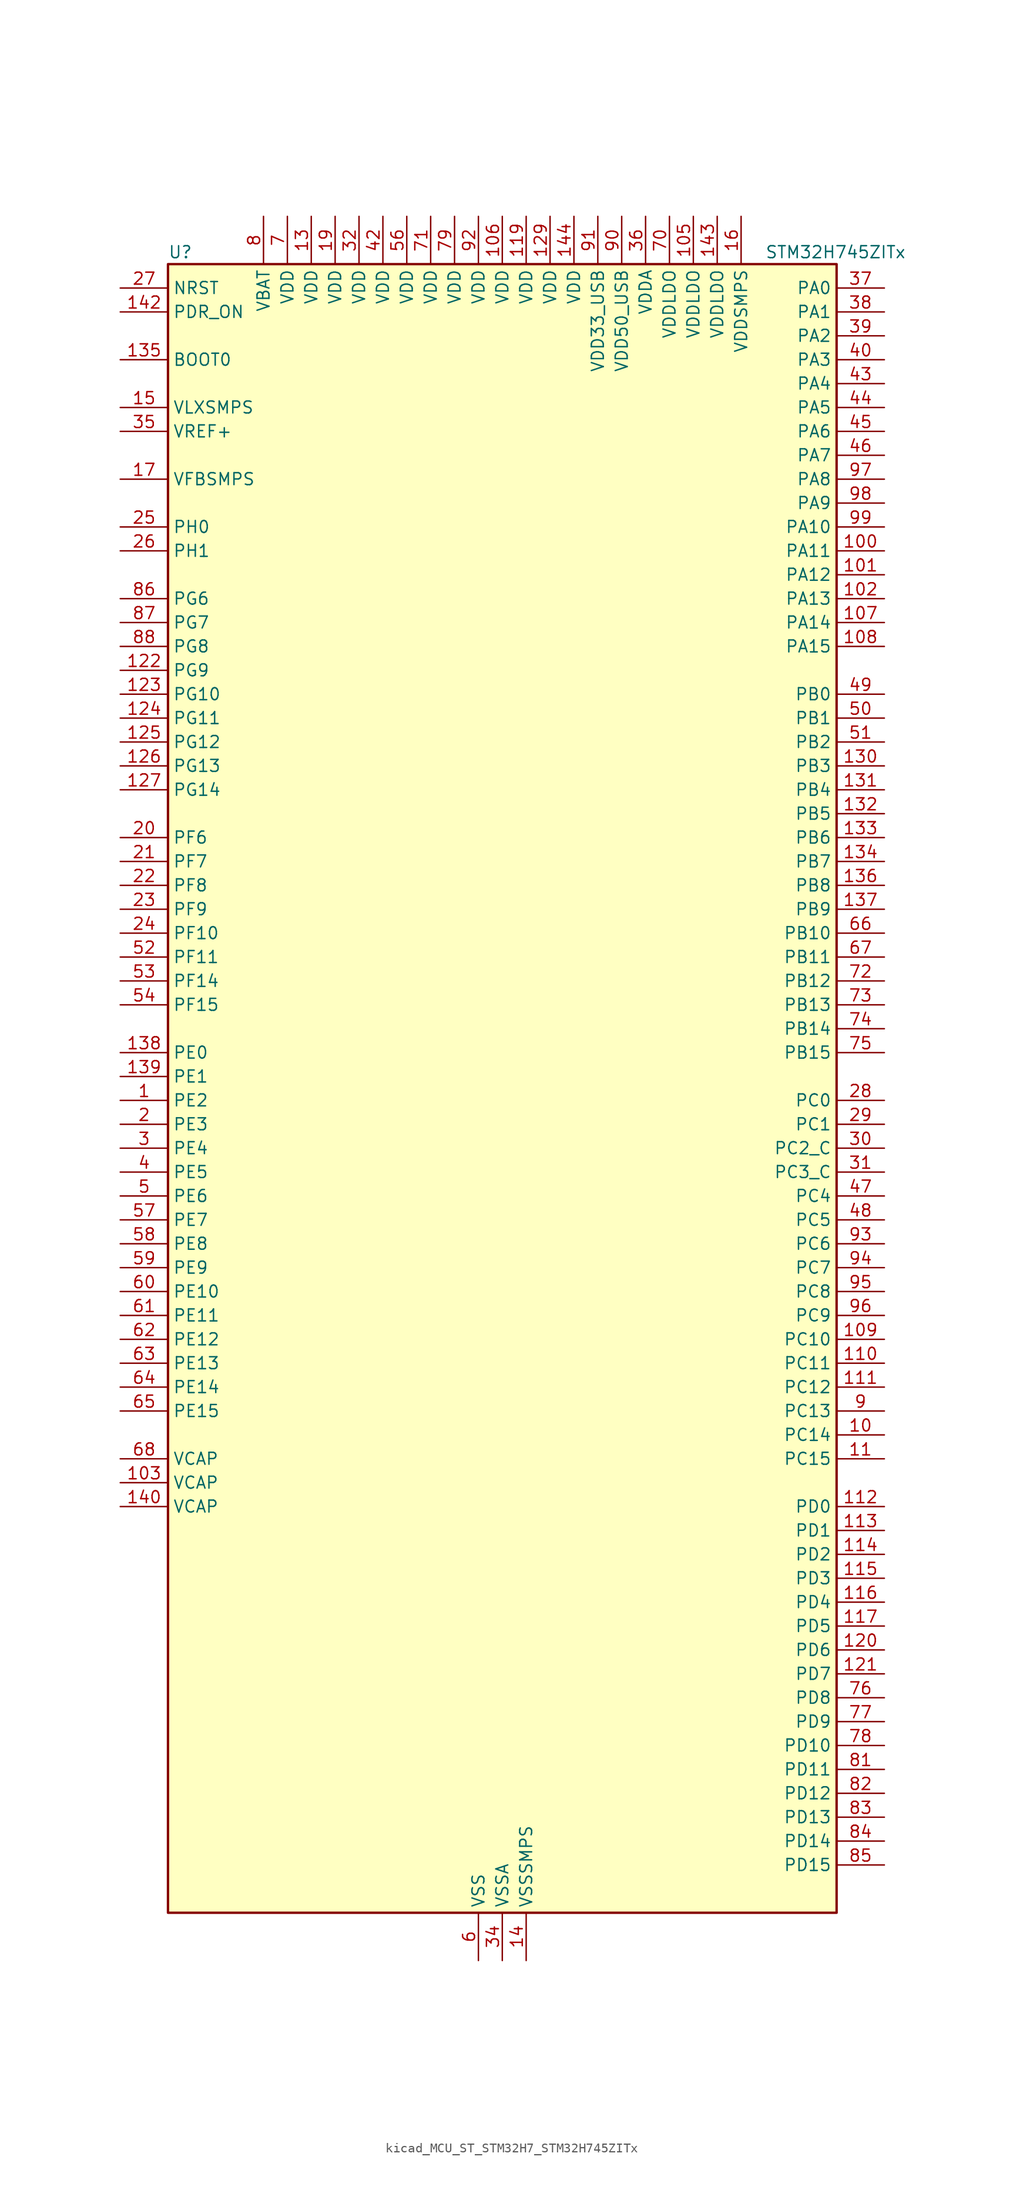
<source format=kicad_sym>
(kicad_symbol_lib
  (version 20220914)
  (generator kicad_symbol_editor)
  (symbol "kicad_MCU_ST_STM32H7_STM32H745ZITx"
    (property "Reference" "U"
      (at -35.56 90.17 0)
      (effects (font (size 1.27 1.27)) (justify left)))
    (property "Value" "STM32H745ZITx"
      (at 27.94 90.17 0)
      (effects (font (size 1.27 1.27)) (justify left)))
    (property "ki_locked" ""
      (at 0 0 0)
      (effects (font (size 1.27 1.27))))
    (symbol "kicad_MCU_ST_STM32H7_STM32H745ZITx_0_1"
      (rectangle (start -35.56 -86.36) (end 35.56 88.9) (stroke (width 0.254) (type default)) (fill (type background))))
    (symbol "kicad_MCU_ST_STM32H7_STM32H745ZITx_1_1"
      (pin bidirectional line (at -40.64 0 0) (length 5.08) (name "PE2" (effects (font (size 1.27 1.27)))) (number "1" (effects (font (size 1.27 1.27)))) (alternate "DEBUG_TRACECLK" bidirectional line) (alternate "ETH_TXD3" bidirectional line) (alternate "FMC_A23" bidirectional line) (alternate "QUADSPI_BK1_IO2" bidirectional line) (alternate "SAI1_CK1" bidirectional line) (alternate "SAI1_MCLK_A" bidirectional line) (alternate "SAI4_CK1" bidirectional line) (alternate "SAI4_MCLK_A" bidirectional line) (alternate "SPI4_SCK" bidirectional line))
      (pin bidirectional line (at 40.64 -35.56 180) (length 5.08) (name "PC14" (effects (font (size 1.27 1.27)))) (number "10" (effects (font (size 1.27 1.27)))) (alternate "RCC_OSC32_IN" bidirectional line))
      (pin bidirectional line (at 40.64 58.42 180) (length 5.08) (name "PA11" (effects (font (size 1.27 1.27)))) (number "100" (effects (font (size 1.27 1.27)))) (alternate "ADC1_EXTI11" bidirectional line) (alternate "ADC2_EXTI11" bidirectional line) (alternate "ADC3_EXTI11" bidirectional line) (alternate "FDCAN1_RX" bidirectional line) (alternate "HRTIM_CHD1" bidirectional line) (alternate "I2S2_WS" bidirectional line) (alternate "LPUART1_CTS" bidirectional line) (alternate "LTDC_R4" bidirectional line) (alternate "SPI2_NSS" bidirectional line) (alternate "TIM1_CH4" bidirectional line) (alternate "UART4_RX" bidirectional line) (alternate "USART1_CTS" bidirectional line) (alternate "USART1_NSS" bidirectional line) (alternate "USB_OTG_FS_DM" bidirectional line))
      (pin bidirectional line (at 40.64 55.88 180) (length 5.08) (name "PA12" (effects (font (size 1.27 1.27)))) (number "101" (effects (font (size 1.27 1.27)))) (alternate "FDCAN1_TX" bidirectional line) (alternate "HRTIM_CHD2" bidirectional line) (alternate "I2S2_CK" bidirectional line) (alternate "LPUART1_DE" bidirectional line) (alternate "LPUART1_RTS" bidirectional line) (alternate "LTDC_R5" bidirectional line) (alternate "SAI2_FS_B" bidirectional line) (alternate "SPI2_SCK" bidirectional line) (alternate "TIM1_ETR" bidirectional line) (alternate "UART4_TX" bidirectional line) (alternate "USART1_DE" bidirectional line) (alternate "USART1_RTS" bidirectional line) (alternate "USB_OTG_FS_DP" bidirectional line))
      (pin bidirectional line (at 40.64 53.34 180) (length 5.08) (name "PA13" (effects (font (size 1.27 1.27)))) (number "102" (effects (font (size 1.27 1.27)))) (alternate "DEBUG_JTMS-SWDIO" bidirectional line))
      (pin power_out line (at -40.64 -40.64 0) (length 5.08) (name "VCAP" (effects (font (size 1.27 1.27)))) (number "103" (effects (font (size 1.27 1.27)))))
      (pin passive line (at -2.54 -91.44 90) (length 5.08) hide (name "VSS" (effects (font (size 1.27 1.27)))) (number "104" (effects (font (size 1.27 1.27)))))
      (pin power_in line (at 20.32 93.98 270) (length 5.08) (name "VDDLDO" (effects (font (size 1.27 1.27)))) (number "105" (effects (font (size 1.27 1.27)))))
      (pin power_in line (at 0 93.98 270) (length 5.08) (name "VDD" (effects (font (size 1.27 1.27)))) (number "106" (effects (font (size 1.27 1.27)))))
      (pin bidirectional line (at 40.64 50.8 180) (length 5.08) (name "PA14" (effects (font (size 1.27 1.27)))) (number "107" (effects (font (size 1.27 1.27)))) (alternate "DEBUG_JTCK-SWCLK" bidirectional line))
      (pin bidirectional line (at 40.64 48.26 180) (length 5.08) (name "PA15" (effects (font (size 1.27 1.27)))) (number "108" (effects (font (size 1.27 1.27)))) (alternate "ADC1_EXTI15" bidirectional line) (alternate "ADC2_EXTI15" bidirectional line) (alternate "ADC3_EXTI15" bidirectional line) (alternate "CEC" bidirectional line) (alternate "DEBUG_JTDI" bidirectional line) (alternate "HRTIM_FLT1" bidirectional line) (alternate "I2S1_WS" bidirectional line) (alternate "I2S3_WS" bidirectional line) (alternate "SPI1_NSS" bidirectional line) (alternate "SPI3_NSS" bidirectional line) (alternate "SPI6_NSS" bidirectional line) (alternate "TIM2_CH1" bidirectional line) (alternate "TIM2_ETR" bidirectional line) (alternate "UART4_DE" bidirectional line) (alternate "UART4_RTS" bidirectional line) (alternate "UART7_TX" bidirectional line))
      (pin bidirectional line (at 40.64 -25.4 180) (length 5.08) (name "PC10" (effects (font (size 1.27 1.27)))) (number "109" (effects (font (size 1.27 1.27)))) (alternate "DCMI_D8" bidirectional line) (alternate "DFSDM1_CKIN5" bidirectional line) (alternate "HRTIM_EEV1" bidirectional line) (alternate "I2S3_CK" bidirectional line) (alternate "LTDC_R2" bidirectional line) (alternate "QUADSPI_BK1_IO1" bidirectional line) (alternate "SDMMC1_D2" bidirectional line) (alternate "SPI3_SCK" bidirectional line) (alternate "UART4_TX" bidirectional line) (alternate "USART3_TX" bidirectional line))
      (pin bidirectional line (at 40.64 -38.1 180) (length 5.08) (name "PC15" (effects (font (size 1.27 1.27)))) (number "11" (effects (font (size 1.27 1.27)))) (alternate "ADC1_EXTI15" bidirectional line) (alternate "ADC2_EXTI15" bidirectional line) (alternate "ADC3_EXTI15" bidirectional line) (alternate "RCC_OSC32_OUT" bidirectional line))
      (pin bidirectional line (at 40.64 -27.94 180) (length 5.08) (name "PC11" (effects (font (size 1.27 1.27)))) (number "110" (effects (font (size 1.27 1.27)))) (alternate "ADC1_EXTI11" bidirectional line) (alternate "ADC2_EXTI11" bidirectional line) (alternate "ADC3_EXTI11" bidirectional line) (alternate "DCMI_D4" bidirectional line) (alternate "DFSDM1_DATIN5" bidirectional line) (alternate "HRTIM_FLT2" bidirectional line) (alternate "I2S3_SDI" bidirectional line) (alternate "QUADSPI_BK2_NCS" bidirectional line) (alternate "SDMMC1_D3" bidirectional line) (alternate "SPI3_MISO" bidirectional line) (alternate "UART4_RX" bidirectional line) (alternate "USART3_RX" bidirectional line))
      (pin bidirectional line (at 40.64 -30.48 180) (length 5.08) (name "PC12" (effects (font (size 1.27 1.27)))) (number "111" (effects (font (size 1.27 1.27)))) (alternate "DCMI_D9" bidirectional line) (alternate "DEBUG_TRACED3" bidirectional line) (alternate "HRTIM_EEV2" bidirectional line) (alternate "I2S3_SDO" bidirectional line) (alternate "SDMMC1_CK" bidirectional line) (alternate "SPI3_MOSI" bidirectional line) (alternate "UART5_TX" bidirectional line) (alternate "USART3_CK" bidirectional line))
      (pin bidirectional line (at 40.64 -43.18 180) (length 5.08) (name "PD0" (effects (font (size 1.27 1.27)))) (number "112" (effects (font (size 1.27 1.27)))) (alternate "DFSDM1_CKIN6" bidirectional line) (alternate "FDCAN1_RX" bidirectional line) (alternate "FMC_D2" bidirectional line) (alternate "FMC_DA2" bidirectional line) (alternate "SAI3_SCK_A" bidirectional line) (alternate "UART4_RX" bidirectional line))
      (pin bidirectional line (at 40.64 -45.72 180) (length 5.08) (name "PD1" (effects (font (size 1.27 1.27)))) (number "113" (effects (font (size 1.27 1.27)))) (alternate "DFSDM1_DATIN6" bidirectional line) (alternate "FDCAN1_TX" bidirectional line) (alternate "FMC_D3" bidirectional line) (alternate "FMC_DA3" bidirectional line) (alternate "SAI3_SD_A" bidirectional line) (alternate "UART4_TX" bidirectional line))
      (pin bidirectional line (at 40.64 -48.26 180) (length 5.08) (name "PD2" (effects (font (size 1.27 1.27)))) (number "114" (effects (font (size 1.27 1.27)))) (alternate "DCMI_D11" bidirectional line) (alternate "DEBUG_TRACED2" bidirectional line) (alternate "SDMMC1_CMD" bidirectional line) (alternate "TIM3_ETR" bidirectional line) (alternate "UART5_RX" bidirectional line))
      (pin bidirectional line (at 40.64 -50.8 180) (length 5.08) (name "PD3" (effects (font (size 1.27 1.27)))) (number "115" (effects (font (size 1.27 1.27)))) (alternate "DCMI_D5" bidirectional line) (alternate "DFSDM1_CKOUT" bidirectional line) (alternate "FMC_CLK" bidirectional line) (alternate "I2S2_CK" bidirectional line) (alternate "LTDC_G7" bidirectional line) (alternate "SPI2_SCK" bidirectional line) (alternate "USART2_CTS" bidirectional line) (alternate "USART2_NSS" bidirectional line))
      (pin bidirectional line (at 40.64 -53.34 180) (length 5.08) (name "PD4" (effects (font (size 1.27 1.27)))) (number "116" (effects (font (size 1.27 1.27)))) (alternate "FMC_NOE" bidirectional line) (alternate "HRTIM_FLT3" bidirectional line) (alternate "SAI3_FS_A" bidirectional line) (alternate "USART2_DE" bidirectional line) (alternate "USART2_RTS" bidirectional line))
      (pin bidirectional line (at 40.64 -55.88 180) (length 5.08) (name "PD5" (effects (font (size 1.27 1.27)))) (number "117" (effects (font (size 1.27 1.27)))) (alternate "FMC_NWE" bidirectional line) (alternate "HRTIM_EEV3" bidirectional line) (alternate "USART2_TX" bidirectional line))
      (pin passive line (at -2.54 -91.44 90) (length 5.08) hide (name "VSS" (effects (font (size 1.27 1.27)))) (number "118" (effects (font (size 1.27 1.27)))))
      (pin power_in line (at 2.54 93.98 270) (length 5.08) (name "VDD" (effects (font (size 1.27 1.27)))) (number "119" (effects (font (size 1.27 1.27)))))
      (pin passive line (at -2.54 -91.44 90) (length 5.08) hide (name "VSS" (effects (font (size 1.27 1.27)))) (number "12" (effects (font (size 1.27 1.27)))))
      (pin bidirectional line (at 40.64 -58.42 180) (length 5.08) (name "PD6" (effects (font (size 1.27 1.27)))) (number "120" (effects (font (size 1.27 1.27)))) (alternate "DCMI_D10" bidirectional line) (alternate "DFSDM1_CKIN4" bidirectional line) (alternate "DFSDM1_DATIN1" bidirectional line) (alternate "FMC_NWAIT" bidirectional line) (alternate "I2S3_SDO" bidirectional line) (alternate "LTDC_B2" bidirectional line) (alternate "SAI1_D1" bidirectional line) (alternate "SAI1_SD_A" bidirectional line) (alternate "SAI4_D1" bidirectional line) (alternate "SAI4_SD_A" bidirectional line) (alternate "SDMMC2_CK" bidirectional line) (alternate "SPI3_MOSI" bidirectional line) (alternate "USART2_RX" bidirectional line))
      (pin bidirectional line (at 40.64 -60.96 180) (length 5.08) (name "PD7" (effects (font (size 1.27 1.27)))) (number "121" (effects (font (size 1.27 1.27)))) (alternate "DFSDM1_CKIN1" bidirectional line) (alternate "DFSDM1_DATIN4" bidirectional line) (alternate "FMC_NE1" bidirectional line) (alternate "I2S1_SDO" bidirectional line) (alternate "SDMMC2_CMD" bidirectional line) (alternate "SPDIFRX1_IN0" bidirectional line) (alternate "SPI1_MOSI" bidirectional line) (alternate "USART2_CK" bidirectional line))
      (pin bidirectional line (at -40.64 45.72 0) (length 5.08) (name "PG9" (effects (font (size 1.27 1.27)))) (number "122" (effects (font (size 1.27 1.27)))) (alternate "DAC1_EXTI9" bidirectional line) (alternate "DCMI_VSYNC" bidirectional line) (alternate "FMC_NCE" bidirectional line) (alternate "FMC_NE2" bidirectional line) (alternate "I2S1_SDI" bidirectional line) (alternate "QUADSPI_BK2_IO2" bidirectional line) (alternate "SAI2_FS_B" bidirectional line) (alternate "SPDIFRX1_IN3" bidirectional line) (alternate "SPI1_MISO" bidirectional line) (alternate "USART6_RX" bidirectional line))
      (pin bidirectional line (at -40.64 43.18 0) (length 5.08) (name "PG10" (effects (font (size 1.27 1.27)))) (number "123" (effects (font (size 1.27 1.27)))) (alternate "DCMI_D2" bidirectional line) (alternate "FMC_NE3" bidirectional line) (alternate "HRTIM_FLT5" bidirectional line) (alternate "I2S1_WS" bidirectional line) (alternate "LTDC_B2" bidirectional line) (alternate "LTDC_G3" bidirectional line) (alternate "SAI2_SD_B" bidirectional line) (alternate "SPI1_NSS" bidirectional line))
      (pin bidirectional line (at -40.64 40.64 0) (length 5.08) (name "PG11" (effects (font (size 1.27 1.27)))) (number "124" (effects (font (size 1.27 1.27)))) (alternate "ADC1_EXTI11" bidirectional line) (alternate "ADC2_EXTI11" bidirectional line) (alternate "ADC3_EXTI11" bidirectional line) (alternate "DCMI_D3" bidirectional line) (alternate "ETH_TX_EN" bidirectional line) (alternate "HRTIM_EEV4" bidirectional line) (alternate "I2S1_CK" bidirectional line) (alternate "LPTIM1_IN2" bidirectional line) (alternate "LTDC_B3" bidirectional line) (alternate "SDMMC2_D2" bidirectional line) (alternate "SPDIFRX1_IN0" bidirectional line) (alternate "SPI1_SCK" bidirectional line))
      (pin bidirectional line (at -40.64 38.1 0) (length 5.08) (name "PG12" (effects (font (size 1.27 1.27)))) (number "125" (effects (font (size 1.27 1.27)))) (alternate "ETH_TXD1" bidirectional line) (alternate "FMC_NE4" bidirectional line) (alternate "HRTIM_EEV5" bidirectional line) (alternate "LPTIM1_IN1" bidirectional line) (alternate "LTDC_B1" bidirectional line) (alternate "LTDC_B4" bidirectional line) (alternate "SPDIFRX1_IN1" bidirectional line) (alternate "SPI6_MISO" bidirectional line) (alternate "USART6_DE" bidirectional line) (alternate "USART6_RTS" bidirectional line))
      (pin bidirectional line (at -40.64 35.56 0) (length 5.08) (name "PG13" (effects (font (size 1.27 1.27)))) (number "126" (effects (font (size 1.27 1.27)))) (alternate "DEBUG_TRACED0" bidirectional line) (alternate "ETH_TXD0" bidirectional line) (alternate "FMC_A24" bidirectional line) (alternate "HRTIM_EEV10" bidirectional line) (alternate "LPTIM1_OUT" bidirectional line) (alternate "LTDC_R0" bidirectional line) (alternate "SPI6_SCK" bidirectional line) (alternate "USART6_CTS" bidirectional line) (alternate "USART6_NSS" bidirectional line))
      (pin bidirectional line (at -40.64 33.02 0) (length 5.08) (name "PG14" (effects (font (size 1.27 1.27)))) (number "127" (effects (font (size 1.27 1.27)))) (alternate "DEBUG_TRACED1" bidirectional line) (alternate "ETH_TXD1" bidirectional line) (alternate "FMC_A25" bidirectional line) (alternate "LPTIM1_ETR" bidirectional line) (alternate "LTDC_B0" bidirectional line) (alternate "QUADSPI_BK2_IO3" bidirectional line) (alternate "SPI6_MOSI" bidirectional line) (alternate "USART6_TX" bidirectional line))
      (pin passive line (at -2.54 -91.44 90) (length 5.08) hide (name "VSS" (effects (font (size 1.27 1.27)))) (number "128" (effects (font (size 1.27 1.27)))))
      (pin power_in line (at 5.08 93.98 270) (length 5.08) (name "VDD" (effects (font (size 1.27 1.27)))) (number "129" (effects (font (size 1.27 1.27)))))
      (pin power_in line (at -20.32 93.98 270) (length 5.08) (name "VDD" (effects (font (size 1.27 1.27)))) (number "13" (effects (font (size 1.27 1.27)))))
      (pin bidirectional line (at 40.64 35.56 180) (length 5.08) (name "PB3" (effects (font (size 1.27 1.27)))) (number "130" (effects (font (size 1.27 1.27)))) (alternate "CRS_SYNC" bidirectional line) (alternate "DEBUG_JTDO-SWO" bidirectional line) (alternate "HRTIM_FLT4" bidirectional line) (alternate "I2S1_CK" bidirectional line) (alternate "I2S3_CK" bidirectional line) (alternate "SDMMC2_D2" bidirectional line) (alternate "SPI1_SCK" bidirectional line) (alternate "SPI3_SCK" bidirectional line) (alternate "SPI6_SCK" bidirectional line) (alternate "TIM2_CH2" bidirectional line) (alternate "UART7_RX" bidirectional line))
      (pin bidirectional line (at 40.64 33.02 180) (length 5.08) (name "PB4" (effects (font (size 1.27 1.27)))) (number "131" (effects (font (size 1.27 1.27)))) (alternate "DEBUG_JTRST" bidirectional line) (alternate "HRTIM_EEV6" bidirectional line) (alternate "I2S1_SDI" bidirectional line) (alternate "I2S2_WS" bidirectional line) (alternate "I2S3_SDI" bidirectional line) (alternate "SDMMC2_D3" bidirectional line) (alternate "SPI1_MISO" bidirectional line) (alternate "SPI2_NSS" bidirectional line) (alternate "SPI3_MISO" bidirectional line) (alternate "SPI6_MISO" bidirectional line) (alternate "TIM16_BKIN" bidirectional line) (alternate "TIM3_CH1" bidirectional line) (alternate "UART7_TX" bidirectional line))
      (pin bidirectional line (at 40.64 30.48 180) (length 5.08) (name "PB5" (effects (font (size 1.27 1.27)))) (number "132" (effects (font (size 1.27 1.27)))) (alternate "DCMI_D10" bidirectional line) (alternate "ETH_PPS_OUT" bidirectional line) (alternate "FDCAN2_RX" bidirectional line) (alternate "FMC_SDCKE1" bidirectional line) (alternate "HRTIM_EEV7" bidirectional line) (alternate "I2C1_SMBA" bidirectional line) (alternate "I2C4_SMBA" bidirectional line) (alternate "I2S1_SDO" bidirectional line) (alternate "I2S3_SDO" bidirectional line) (alternate "SPI1_MOSI" bidirectional line) (alternate "SPI3_MOSI" bidirectional line) (alternate "SPI6_MOSI" bidirectional line) (alternate "TIM17_BKIN" bidirectional line) (alternate "TIM3_CH2" bidirectional line) (alternate "UART5_RX" bidirectional line) (alternate "USB_OTG_HS_ULPI_D7" bidirectional line))
      (pin bidirectional line (at 40.64 27.94 180) (length 5.08) (name "PB6" (effects (font (size 1.27 1.27)))) (number "133" (effects (font (size 1.27 1.27)))) (alternate "CEC" bidirectional line) (alternate "DCMI_D5" bidirectional line) (alternate "DFSDM1_DATIN5" bidirectional line) (alternate "FDCAN2_TX" bidirectional line) (alternate "FMC_SDNE1" bidirectional line) (alternate "HRTIM_EEV8" bidirectional line) (alternate "I2C1_SCL" bidirectional line) (alternate "I2C4_SCL" bidirectional line) (alternate "LPUART1_TX" bidirectional line) (alternate "QUADSPI_BK1_NCS" bidirectional line) (alternate "TIM16_CH1N" bidirectional line) (alternate "TIM4_CH1" bidirectional line) (alternate "UART5_TX" bidirectional line) (alternate "USART1_TX" bidirectional line))
      (pin bidirectional line (at 40.64 25.4 180) (length 5.08) (name "PB7" (effects (font (size 1.27 1.27)))) (number "134" (effects (font (size 1.27 1.27)))) (alternate "DCMI_VSYNC" bidirectional line) (alternate "DFSDM1_CKIN5" bidirectional line) (alternate "FMC_NL" bidirectional line) (alternate "HRTIM_EEV9" bidirectional line) (alternate "I2C1_SDA" bidirectional line) (alternate "I2C4_SDA" bidirectional line) (alternate "LPUART1_RX" bidirectional line) (alternate "PWR_PVD_IN" bidirectional line) (alternate "TIM17_CH1N" bidirectional line) (alternate "TIM4_CH2" bidirectional line) (alternate "USART1_RX" bidirectional line))
      (pin input line (at -40.64 78.74 0) (length 5.08) (name "BOOT0" (effects (font (size 1.27 1.27)))) (number "135" (effects (font (size 1.27 1.27)))))
      (pin bidirectional line (at 40.64 22.86 180) (length 5.08) (name "PB8" (effects (font (size 1.27 1.27)))) (number "136" (effects (font (size 1.27 1.27)))) (alternate "DCMI_D6" bidirectional line) (alternate "DFSDM1_CKIN7" bidirectional line) (alternate "ETH_TXD3" bidirectional line) (alternate "FDCAN1_RX" bidirectional line) (alternate "I2C1_SCL" bidirectional line) (alternate "I2C4_SCL" bidirectional line) (alternate "LTDC_B6" bidirectional line) (alternate "SDMMC1_CKIN" bidirectional line) (alternate "SDMMC1_D4" bidirectional line) (alternate "SDMMC2_D4" bidirectional line) (alternate "TIM16_CH1" bidirectional line) (alternate "TIM4_CH3" bidirectional line) (alternate "UART4_RX" bidirectional line))
      (pin bidirectional line (at 40.64 20.32 180) (length 5.08) (name "PB9" (effects (font (size 1.27 1.27)))) (number "137" (effects (font (size 1.27 1.27)))) (alternate "DAC1_EXTI9" bidirectional line) (alternate "DCMI_D7" bidirectional line) (alternate "DFSDM1_DATIN7" bidirectional line) (alternate "FDCAN1_TX" bidirectional line) (alternate "I2C1_SDA" bidirectional line) (alternate "I2C4_SDA" bidirectional line) (alternate "I2C4_SMBA" bidirectional line) (alternate "I2S2_WS" bidirectional line) (alternate "LTDC_B7" bidirectional line) (alternate "SDMMC1_CDIR" bidirectional line) (alternate "SDMMC1_D5" bidirectional line) (alternate "SDMMC2_D5" bidirectional line) (alternate "SPI2_NSS" bidirectional line) (alternate "TIM17_CH1" bidirectional line) (alternate "TIM4_CH4" bidirectional line) (alternate "UART4_TX" bidirectional line))
      (pin bidirectional line (at -40.64 5.08 0) (length 5.08) (name "PE0" (effects (font (size 1.27 1.27)))) (number "138" (effects (font (size 1.27 1.27)))) (alternate "DCMI_D2" bidirectional line) (alternate "FMC_NBL0" bidirectional line) (alternate "HRTIM_SCIN" bidirectional line) (alternate "LPTIM1_ETR" bidirectional line) (alternate "LPTIM2_ETR" bidirectional line) (alternate "SAI2_MCLK_A" bidirectional line) (alternate "TIM4_ETR" bidirectional line) (alternate "UART8_RX" bidirectional line))
      (pin bidirectional line (at -40.64 2.54 0) (length 5.08) (name "PE1" (effects (font (size 1.27 1.27)))) (number "139" (effects (font (size 1.27 1.27)))) (alternate "DCMI_D3" bidirectional line) (alternate "FMC_NBL1" bidirectional line) (alternate "HRTIM_SCOUT" bidirectional line) (alternate "LPTIM1_IN2" bidirectional line) (alternate "UART8_TX" bidirectional line))
      (pin power_in line (at 2.54 -91.44 90) (length 5.08) (name "VSSSMPS" (effects (font (size 1.27 1.27)))) (number "14" (effects (font (size 1.27 1.27)))))
      (pin power_out line (at -40.64 -43.18 0) (length 5.08) (name "VCAP" (effects (font (size 1.27 1.27)))) (number "140" (effects (font (size 1.27 1.27)))))
      (pin passive line (at -2.54 -91.44 90) (length 5.08) hide (name "VSS" (effects (font (size 1.27 1.27)))) (number "141" (effects (font (size 1.27 1.27)))))
      (pin input line (at -40.64 83.82 0) (length 5.08) (name "PDR_ON" (effects (font (size 1.27 1.27)))) (number "142" (effects (font (size 1.27 1.27)))))
      (pin power_in line (at 22.86 93.98 270) (length 5.08) (name "VDDLDO" (effects (font (size 1.27 1.27)))) (number "143" (effects (font (size 1.27 1.27)))))
      (pin power_in line (at 7.62 93.98 270) (length 5.08) (name "VDD" (effects (font (size 1.27 1.27)))) (number "144" (effects (font (size 1.27 1.27)))))
      (pin power_in line (at -40.64 73.66 0) (length 5.08) (name "VLXSMPS" (effects (font (size 1.27 1.27)))) (number "15" (effects (font (size 1.27 1.27)))))
      (pin power_in line (at 25.4 93.98 270) (length 5.08) (name "VDDSMPS" (effects (font (size 1.27 1.27)))) (number "16" (effects (font (size 1.27 1.27)))))
      (pin input line (at -40.64 66.04 0) (length 5.08) (name "VFBSMPS" (effects (font (size 1.27 1.27)))) (number "17" (effects (font (size 1.27 1.27)))))
      (pin passive line (at -2.54 -91.44 90) (length 5.08) hide (name "VSS" (effects (font (size 1.27 1.27)))) (number "18" (effects (font (size 1.27 1.27)))))
      (pin power_in line (at -17.78 93.98 270) (length 5.08) (name "VDD" (effects (font (size 1.27 1.27)))) (number "19" (effects (font (size 1.27 1.27)))))
      (pin bidirectional line (at -40.64 -2.54 0) (length 5.08) (name "PE3" (effects (font (size 1.27 1.27)))) (number "2" (effects (font (size 1.27 1.27)))) (alternate "DEBUG_TRACED0" bidirectional line) (alternate "FMC_A19" bidirectional line) (alternate "SAI1_SD_B" bidirectional line) (alternate "SAI4_SD_B" bidirectional line) (alternate "TIM15_BKIN" bidirectional line))
      (pin bidirectional line (at -40.64 27.94 0) (length 5.08) (name "PF6" (effects (font (size 1.27 1.27)))) (number "20" (effects (font (size 1.27 1.27)))) (alternate "ADC3_INP8" bidirectional line) (alternate "QUADSPI_BK1_IO3" bidirectional line) (alternate "SAI1_SD_B" bidirectional line) (alternate "SAI4_SD_B" bidirectional line) (alternate "SPI5_NSS" bidirectional line) (alternate "TIM16_CH1" bidirectional line) (alternate "UART7_RX" bidirectional line))
      (pin bidirectional line (at -40.64 25.4 0) (length 5.08) (name "PF7" (effects (font (size 1.27 1.27)))) (number "21" (effects (font (size 1.27 1.27)))) (alternate "ADC3_INP3" bidirectional line) (alternate "QUADSPI_BK1_IO2" bidirectional line) (alternate "SAI1_MCLK_B" bidirectional line) (alternate "SAI4_MCLK_B" bidirectional line) (alternate "SPI5_SCK" bidirectional line) (alternate "TIM17_CH1" bidirectional line) (alternate "UART7_TX" bidirectional line))
      (pin bidirectional line (at -40.64 22.86 0) (length 5.08) (name "PF8" (effects (font (size 1.27 1.27)))) (number "22" (effects (font (size 1.27 1.27)))) (alternate "ADC3_INN3" bidirectional line) (alternate "ADC3_INP7" bidirectional line) (alternate "QUADSPI_BK1_IO0" bidirectional line) (alternate "SAI1_SCK_B" bidirectional line) (alternate "SAI4_SCK_B" bidirectional line) (alternate "SPI5_MISO" bidirectional line) (alternate "TIM13_CH1" bidirectional line) (alternate "TIM16_CH1N" bidirectional line) (alternate "UART7_DE" bidirectional line) (alternate "UART7_RTS" bidirectional line))
      (pin bidirectional line (at -40.64 20.32 0) (length 5.08) (name "PF9" (effects (font (size 1.27 1.27)))) (number "23" (effects (font (size 1.27 1.27)))) (alternate "ADC3_INP2" bidirectional line) (alternate "DAC1_EXTI9" bidirectional line) (alternate "QUADSPI_BK1_IO1" bidirectional line) (alternate "SAI1_FS_B" bidirectional line) (alternate "SAI4_FS_B" bidirectional line) (alternate "SPI5_MOSI" bidirectional line) (alternate "TIM14_CH1" bidirectional line) (alternate "TIM17_CH1N" bidirectional line) (alternate "UART7_CTS" bidirectional line))
      (pin bidirectional line (at -40.64 17.78 0) (length 5.08) (name "PF10" (effects (font (size 1.27 1.27)))) (number "24" (effects (font (size 1.27 1.27)))) (alternate "ADC3_INN2" bidirectional line) (alternate "ADC3_INP6" bidirectional line) (alternate "DCMI_D11" bidirectional line) (alternate "LTDC_DE" bidirectional line) (alternate "QUADSPI_CLK" bidirectional line) (alternate "SAI1_D3" bidirectional line) (alternate "SAI4_D3" bidirectional line) (alternate "TIM16_BKIN" bidirectional line))
      (pin bidirectional line (at -40.64 60.96 0) (length 5.08) (name "PH0" (effects (font (size 1.27 1.27)))) (number "25" (effects (font (size 1.27 1.27)))) (alternate "RCC_OSC_IN" bidirectional line))
      (pin bidirectional line (at -40.64 58.42 0) (length 5.08) (name "PH1" (effects (font (size 1.27 1.27)))) (number "26" (effects (font (size 1.27 1.27)))) (alternate "RCC_OSC_OUT" bidirectional line))
      (pin input line (at -40.64 86.36 0) (length 5.08) (name "NRST" (effects (font (size 1.27 1.27)))) (number "27" (effects (font (size 1.27 1.27)))))
      (pin bidirectional line (at 40.64 0 180) (length 5.08) (name "PC0" (effects (font (size 1.27 1.27)))) (number "28" (effects (font (size 1.27 1.27)))) (alternate "ADC1_INP10" bidirectional line) (alternate "ADC2_INP10" bidirectional line) (alternate "ADC3_INP10" bidirectional line) (alternate "DFSDM1_CKIN0" bidirectional line) (alternate "DFSDM1_DATIN4" bidirectional line) (alternate "FMC_SDNWE" bidirectional line) (alternate "LTDC_R5" bidirectional line) (alternate "SAI2_FS_B" bidirectional line) (alternate "USB_OTG_HS_ULPI_STP" bidirectional line))
      (pin bidirectional line (at 40.64 -2.54 180) (length 5.08) (name "PC1" (effects (font (size 1.27 1.27)))) (number "29" (effects (font (size 1.27 1.27)))) (alternate "ADC1_INN10" bidirectional line) (alternate "ADC1_INP11" bidirectional line) (alternate "ADC2_INN10" bidirectional line) (alternate "ADC2_INP11" bidirectional line) (alternate "ADC3_INN10" bidirectional line) (alternate "ADC3_INP11" bidirectional line) (alternate "DEBUG_TRACED0" bidirectional line) (alternate "DFSDM1_CKIN4" bidirectional line) (alternate "DFSDM1_DATIN0" bidirectional line) (alternate "ETH_MDC" bidirectional line) (alternate "I2S2_SDO" bidirectional line) (alternate "MDIOS_MDC" bidirectional line) (alternate "PWR_WKUP5" bidirectional line) (alternate "RTC_TAMP3" bidirectional line) (alternate "SAI1_D1" bidirectional line) (alternate "SAI1_SD_A" bidirectional line) (alternate "SAI4_D1" bidirectional line) (alternate "SAI4_SD_A" bidirectional line) (alternate "SDMMC2_CK" bidirectional line) (alternate "SPI2_MOSI" bidirectional line))
      (pin bidirectional line (at -40.64 -5.08 0) (length 5.08) (name "PE4" (effects (font (size 1.27 1.27)))) (number "3" (effects (font (size 1.27 1.27)))) (alternate "DCMI_D4" bidirectional line) (alternate "DEBUG_TRACED1" bidirectional line) (alternate "DFSDM1_DATIN3" bidirectional line) (alternate "FMC_A20" bidirectional line) (alternate "LTDC_B0" bidirectional line) (alternate "SAI1_D2" bidirectional line) (alternate "SAI1_FS_A" bidirectional line) (alternate "SAI4_D2" bidirectional line) (alternate "SAI4_FS_A" bidirectional line) (alternate "SPI4_NSS" bidirectional line) (alternate "TIM15_CH1N" bidirectional line))
      (pin bidirectional line (at 40.64 -5.08 180) (length 5.08) (name "PC2_C" (effects (font (size 1.27 1.27)))) (number "30" (effects (font (size 1.27 1.27)))) (alternate "ADC3_INN1" bidirectional line) (alternate "ADC3_INP0" bidirectional line) (alternate "DFSDM1_CKIN1" bidirectional line) (alternate "DFSDM1_CKOUT" bidirectional line) (alternate "ETH_TXD2" bidirectional line) (alternate "FMC_SDNE0" bidirectional line) (alternate "I2S2_SDI" bidirectional line) (alternate "PWR_CSTOP" bidirectional line) (alternate "SPI2_MISO" bidirectional line) (alternate "USB_OTG_HS_ULPI_DIR" bidirectional line))
      (pin bidirectional line (at 40.64 -7.62 180) (length 5.08) (name "PC3_C" (effects (font (size 1.27 1.27)))) (number "31" (effects (font (size 1.27 1.27)))) (alternate "ADC3_INP1" bidirectional line) (alternate "DFSDM1_DATIN1" bidirectional line) (alternate "ETH_TX_CLK" bidirectional line) (alternate "FMC_SDCKE0" bidirectional line) (alternate "I2S2_SDO" bidirectional line) (alternate "PWR_CSLEEP" bidirectional line) (alternate "SPI2_MOSI" bidirectional line) (alternate "USB_OTG_HS_ULPI_NXT" bidirectional line))
      (pin power_in line (at -15.24 93.98 270) (length 5.08) (name "VDD" (effects (font (size 1.27 1.27)))) (number "32" (effects (font (size 1.27 1.27)))))
      (pin passive line (at -2.54 -91.44 90) (length 5.08) hide (name "VSS" (effects (font (size 1.27 1.27)))) (number "33" (effects (font (size 1.27 1.27)))))
      (pin power_in line (at 0 -91.44 90) (length 5.08) (name "VSSA" (effects (font (size 1.27 1.27)))) (number "34" (effects (font (size 1.27 1.27)))))
      (pin input line (at -40.64 71.12 0) (length 5.08) (name "VREF+" (effects (font (size 1.27 1.27)))) (number "35" (effects (font (size 1.27 1.27)))) (alternate "VREFBUF_OUT" bidirectional line))
      (pin power_in line (at 15.24 93.98 270) (length 5.08) (name "VDDA" (effects (font (size 1.27 1.27)))) (number "36" (effects (font (size 1.27 1.27)))))
      (pin bidirectional line (at 40.64 86.36 180) (length 5.08) (name "PA0" (effects (font (size 1.27 1.27)))) (number "37" (effects (font (size 1.27 1.27)))) (alternate "ADC1_INP16" bidirectional line) (alternate "ETH_CRS" bidirectional line) (alternate "PWR_WKUP0" bidirectional line) (alternate "SAI2_SD_B" bidirectional line) (alternate "SDMMC2_CMD" bidirectional line) (alternate "TIM15_BKIN" bidirectional line) (alternate "TIM2_CH1" bidirectional line) (alternate "TIM2_ETR" bidirectional line) (alternate "TIM5_CH1" bidirectional line) (alternate "TIM8_ETR" bidirectional line) (alternate "UART4_TX" bidirectional line) (alternate "USART2_CTS" bidirectional line) (alternate "USART2_NSS" bidirectional line))
      (pin bidirectional line (at 40.64 83.82 180) (length 5.08) (name "PA1" (effects (font (size 1.27 1.27)))) (number "38" (effects (font (size 1.27 1.27)))) (alternate "ADC1_INN16" bidirectional line) (alternate "ADC1_INP17" bidirectional line) (alternate "ETH_REF_CLK" bidirectional line) (alternate "ETH_RX_CLK" bidirectional line) (alternate "LPTIM3_OUT" bidirectional line) (alternate "LTDC_R2" bidirectional line) (alternate "QUADSPI_BK1_IO3" bidirectional line) (alternate "SAI2_MCLK_B" bidirectional line) (alternate "TIM15_CH1N" bidirectional line) (alternate "TIM2_CH2" bidirectional line) (alternate "TIM5_CH2" bidirectional line) (alternate "UART4_RX" bidirectional line) (alternate "USART2_DE" bidirectional line) (alternate "USART2_RTS" bidirectional line))
      (pin bidirectional line (at 40.64 81.28 180) (length 5.08) (name "PA2" (effects (font (size 1.27 1.27)))) (number "39" (effects (font (size 1.27 1.27)))) (alternate "ADC1_INP14" bidirectional line) (alternate "ADC2_INP14" bidirectional line) (alternate "ETH_MDIO" bidirectional line) (alternate "LPTIM4_OUT" bidirectional line) (alternate "LTDC_R1" bidirectional line) (alternate "MDIOS_MDIO" bidirectional line) (alternate "PWR_WKUP1" bidirectional line) (alternate "SAI2_SCK_B" bidirectional line) (alternate "TIM15_CH1" bidirectional line) (alternate "TIM2_CH3" bidirectional line) (alternate "TIM5_CH3" bidirectional line) (alternate "USART2_TX" bidirectional line))
      (pin bidirectional line (at -40.64 -7.62 0) (length 5.08) (name "PE5" (effects (font (size 1.27 1.27)))) (number "4" (effects (font (size 1.27 1.27)))) (alternate "DCMI_D6" bidirectional line) (alternate "DEBUG_TRACED2" bidirectional line) (alternate "DFSDM1_CKIN3" bidirectional line) (alternate "FMC_A21" bidirectional line) (alternate "LTDC_G0" bidirectional line) (alternate "SAI1_CK2" bidirectional line) (alternate "SAI1_SCK_A" bidirectional line) (alternate "SAI4_CK2" bidirectional line) (alternate "SAI4_SCK_A" bidirectional line) (alternate "SPI4_MISO" bidirectional line) (alternate "TIM15_CH1" bidirectional line))
      (pin bidirectional line (at 40.64 78.74 180) (length 5.08) (name "PA3" (effects (font (size 1.27 1.27)))) (number "40" (effects (font (size 1.27 1.27)))) (alternate "ADC1_INP15" bidirectional line) (alternate "ADC2_INP15" bidirectional line) (alternate "ETH_COL" bidirectional line) (alternate "LPTIM5_OUT" bidirectional line) (alternate "LTDC_B2" bidirectional line) (alternate "LTDC_B5" bidirectional line) (alternate "TIM15_CH2" bidirectional line) (alternate "TIM2_CH4" bidirectional line) (alternate "TIM5_CH4" bidirectional line) (alternate "USART2_RX" bidirectional line) (alternate "USB_OTG_HS_ULPI_D0" bidirectional line))
      (pin passive line (at -2.54 -91.44 90) (length 5.08) hide (name "VSS" (effects (font (size 1.27 1.27)))) (number "41" (effects (font (size 1.27 1.27)))))
      (pin power_in line (at -12.7 93.98 270) (length 5.08) (name "VDD" (effects (font (size 1.27 1.27)))) (number "42" (effects (font (size 1.27 1.27)))))
      (pin bidirectional line (at 40.64 76.2 180) (length 5.08) (name "PA4" (effects (font (size 1.27 1.27)))) (number "43" (effects (font (size 1.27 1.27)))) (alternate "ADC1_INP18" bidirectional line) (alternate "ADC2_INP18" bidirectional line) (alternate "DAC1_OUT1" bidirectional line) (alternate "DCMI_HSYNC" bidirectional line) (alternate "I2S1_WS" bidirectional line) (alternate "I2S3_WS" bidirectional line) (alternate "LTDC_VSYNC" bidirectional line) (alternate "SPI1_NSS" bidirectional line) (alternate "SPI3_NSS" bidirectional line) (alternate "SPI6_NSS" bidirectional line) (alternate "TIM5_ETR" bidirectional line) (alternate "USART2_CK" bidirectional line) (alternate "USB_OTG_HS_SOF" bidirectional line))
      (pin bidirectional line (at 40.64 73.66 180) (length 5.08) (name "PA5" (effects (font (size 1.27 1.27)))) (number "44" (effects (font (size 1.27 1.27)))) (alternate "ADC1_INN18" bidirectional line) (alternate "ADC1_INP19" bidirectional line) (alternate "ADC2_INN18" bidirectional line) (alternate "ADC2_INP19" bidirectional line) (alternate "DAC1_OUT2" bidirectional line) (alternate "I2S1_CK" bidirectional line) (alternate "LTDC_R4" bidirectional line) (alternate "PWR_NDSTOP2" bidirectional line) (alternate "SPI1_SCK" bidirectional line) (alternate "SPI6_SCK" bidirectional line) (alternate "TIM2_CH1" bidirectional line) (alternate "TIM2_ETR" bidirectional line) (alternate "TIM8_CH1N" bidirectional line) (alternate "USB_OTG_HS_ULPI_CK" bidirectional line))
      (pin bidirectional line (at 40.64 71.12 180) (length 5.08) (name "PA6" (effects (font (size 1.27 1.27)))) (number "45" (effects (font (size 1.27 1.27)))) (alternate "ADC1_INP3" bidirectional line) (alternate "ADC2_INP3" bidirectional line) (alternate "DCMI_PIXCLK" bidirectional line) (alternate "I2S1_SDI" bidirectional line) (alternate "LTDC_G2" bidirectional line) (alternate "MDIOS_MDC" bidirectional line) (alternate "SPI1_MISO" bidirectional line) (alternate "SPI6_MISO" bidirectional line) (alternate "TIM13_CH1" bidirectional line) (alternate "TIM1_BKIN" bidirectional line) (alternate "TIM1_BKIN_COMP1" bidirectional line) (alternate "TIM1_BKIN_COMP2" bidirectional line) (alternate "TIM3_CH1" bidirectional line) (alternate "TIM8_BKIN" bidirectional line) (alternate "TIM8_BKIN_COMP1" bidirectional line) (alternate "TIM8_BKIN_COMP2" bidirectional line))
      (pin bidirectional line (at 40.64 68.58 180) (length 5.08) (name "PA7" (effects (font (size 1.27 1.27)))) (number "46" (effects (font (size 1.27 1.27)))) (alternate "ADC1_INN3" bidirectional line) (alternate "ADC1_INP7" bidirectional line) (alternate "ADC2_INN3" bidirectional line) (alternate "ADC2_INP7" bidirectional line) (alternate "ETH_CRS_DV" bidirectional line) (alternate "ETH_RX_DV" bidirectional line) (alternate "FMC_SDNWE" bidirectional line) (alternate "I2S1_SDO" bidirectional line) (alternate "OPAMP1_VINM" bidirectional line) (alternate "OPAMP1_VINM1" bidirectional line) (alternate "SPI1_MOSI" bidirectional line) (alternate "SPI6_MOSI" bidirectional line) (alternate "TIM14_CH1" bidirectional line) (alternate "TIM1_CH1N" bidirectional line) (alternate "TIM3_CH2" bidirectional line) (alternate "TIM8_CH1N" bidirectional line))
      (pin bidirectional line (at 40.64 -10.16 180) (length 5.08) (name "PC4" (effects (font (size 1.27 1.27)))) (number "47" (effects (font (size 1.27 1.27)))) (alternate "ADC1_INP4" bidirectional line) (alternate "ADC2_INP4" bidirectional line) (alternate "COMP1_INM" bidirectional line) (alternate "DFSDM1_CKIN2" bidirectional line) (alternate "ETH_RXD0" bidirectional line) (alternate "FMC_SDNE0" bidirectional line) (alternate "I2S1_MCK" bidirectional line) (alternate "OPAMP1_VOUT" bidirectional line) (alternate "SPDIFRX1_IN2" bidirectional line))
      (pin bidirectional line (at 40.64 -12.7 180) (length 5.08) (name "PC5" (effects (font (size 1.27 1.27)))) (number "48" (effects (font (size 1.27 1.27)))) (alternate "ADC1_INN4" bidirectional line) (alternate "ADC1_INP8" bidirectional line) (alternate "ADC2_INN4" bidirectional line) (alternate "ADC2_INP8" bidirectional line) (alternate "COMP1_OUT" bidirectional line) (alternate "DFSDM1_DATIN2" bidirectional line) (alternate "ETH_RXD1" bidirectional line) (alternate "FMC_SDCKE0" bidirectional line) (alternate "OPAMP1_VINM" bidirectional line) (alternate "OPAMP1_VINM0" bidirectional line) (alternate "SAI1_D3" bidirectional line) (alternate "SAI4_D3" bidirectional line) (alternate "SPDIFRX1_IN3" bidirectional line))
      (pin bidirectional line (at 40.64 43.18 180) (length 5.08) (name "PB0" (effects (font (size 1.27 1.27)))) (number "49" (effects (font (size 1.27 1.27)))) (alternate "ADC1_INN5" bidirectional line) (alternate "ADC1_INP9" bidirectional line) (alternate "ADC2_INN5" bidirectional line) (alternate "ADC2_INP9" bidirectional line) (alternate "COMP1_INP" bidirectional line) (alternate "DFSDM1_CKOUT" bidirectional line) (alternate "ETH_RXD2" bidirectional line) (alternate "LTDC_G1" bidirectional line) (alternate "LTDC_R3" bidirectional line) (alternate "OPAMP1_VINP" bidirectional line) (alternate "TIM1_CH2N" bidirectional line) (alternate "TIM3_CH3" bidirectional line) (alternate "TIM8_CH2N" bidirectional line) (alternate "UART4_CTS" bidirectional line) (alternate "USB_OTG_HS_ULPI_D1" bidirectional line))
      (pin bidirectional line (at -40.64 -10.16 0) (length 5.08) (name "PE6" (effects (font (size 1.27 1.27)))) (number "5" (effects (font (size 1.27 1.27)))) (alternate "DCMI_D7" bidirectional line) (alternate "DEBUG_TRACED3" bidirectional line) (alternate "FMC_A22" bidirectional line) (alternate "LTDC_G1" bidirectional line) (alternate "SAI1_D1" bidirectional line) (alternate "SAI1_SD_A" bidirectional line) (alternate "SAI2_MCLK_B" bidirectional line) (alternate "SAI4_D1" bidirectional line) (alternate "SAI4_SD_A" bidirectional line) (alternate "SPI4_MOSI" bidirectional line) (alternate "TIM15_CH2" bidirectional line) (alternate "TIM1_BKIN2" bidirectional line) (alternate "TIM1_BKIN2_COMP1" bidirectional line) (alternate "TIM1_BKIN2_COMP2" bidirectional line))
      (pin bidirectional line (at 40.64 40.64 180) (length 5.08) (name "PB1" (effects (font (size 1.27 1.27)))) (number "50" (effects (font (size 1.27 1.27)))) (alternate "ADC1_INP5" bidirectional line) (alternate "ADC2_INP5" bidirectional line) (alternate "COMP1_INM" bidirectional line) (alternate "DFSDM1_DATIN1" bidirectional line) (alternate "ETH_RXD3" bidirectional line) (alternate "LTDC_G0" bidirectional line) (alternate "LTDC_R6" bidirectional line) (alternate "TIM1_CH3N" bidirectional line) (alternate "TIM3_CH4" bidirectional line) (alternate "TIM8_CH3N" bidirectional line) (alternate "USB_OTG_HS_ULPI_D2" bidirectional line))
      (pin bidirectional line (at 40.64 38.1 180) (length 5.08) (name "PB2" (effects (font (size 1.27 1.27)))) (number "51" (effects (font (size 1.27 1.27)))) (alternate "COMP1_INP" bidirectional line) (alternate "DFSDM1_CKIN1" bidirectional line) (alternate "I2S3_SDO" bidirectional line) (alternate "QUADSPI_CLK" bidirectional line) (alternate "RTC_OUT_ALARM" bidirectional line) (alternate "RTC_OUT_CALIB" bidirectional line) (alternate "SAI1_D1" bidirectional line) (alternate "SAI1_SD_A" bidirectional line) (alternate "SAI4_D1" bidirectional line) (alternate "SAI4_SD_A" bidirectional line) (alternate "SPI3_MOSI" bidirectional line))
      (pin bidirectional line (at -40.64 15.24 0) (length 5.08) (name "PF11" (effects (font (size 1.27 1.27)))) (number "52" (effects (font (size 1.27 1.27)))) (alternate "ADC1_EXTI11" bidirectional line) (alternate "ADC1_INP2" bidirectional line) (alternate "ADC2_EXTI11" bidirectional line) (alternate "ADC3_EXTI11" bidirectional line) (alternate "DCMI_D12" bidirectional line) (alternate "FMC_SDNRAS" bidirectional line) (alternate "SAI2_SD_B" bidirectional line) (alternate "SPI5_MOSI" bidirectional line))
      (pin bidirectional line (at -40.64 12.7 0) (length 5.08) (name "PF14" (effects (font (size 1.27 1.27)))) (number "53" (effects (font (size 1.27 1.27)))) (alternate "ADC2_INN2" bidirectional line) (alternate "ADC2_INP6" bidirectional line) (alternate "DFSDM1_CKIN6" bidirectional line) (alternate "FMC_A8" bidirectional line) (alternate "I2C4_SCL" bidirectional line))
      (pin bidirectional line (at -40.64 10.16 0) (length 5.08) (name "PF15" (effects (font (size 1.27 1.27)))) (number "54" (effects (font (size 1.27 1.27)))) (alternate "ADC1_EXTI15" bidirectional line) (alternate "ADC2_EXTI15" bidirectional line) (alternate "ADC3_EXTI15" bidirectional line) (alternate "FMC_A9" bidirectional line) (alternate "I2C4_SDA" bidirectional line))
      (pin passive line (at -2.54 -91.44 90) (length 5.08) hide (name "VSS" (effects (font (size 1.27 1.27)))) (number "55" (effects (font (size 1.27 1.27)))))
      (pin power_in line (at -10.16 93.98 270) (length 5.08) (name "VDD" (effects (font (size 1.27 1.27)))) (number "56" (effects (font (size 1.27 1.27)))))
      (pin bidirectional line (at -40.64 -12.7 0) (length 5.08) (name "PE7" (effects (font (size 1.27 1.27)))) (number "57" (effects (font (size 1.27 1.27)))) (alternate "COMP2_INM" bidirectional line) (alternate "DFSDM1_DATIN2" bidirectional line) (alternate "FMC_D4" bidirectional line) (alternate "FMC_DA4" bidirectional line) (alternate "OPAMP2_VOUT" bidirectional line) (alternate "QUADSPI_BK2_IO0" bidirectional line) (alternate "TIM1_ETR" bidirectional line) (alternate "UART7_RX" bidirectional line))
      (pin bidirectional line (at -40.64 -15.24 0) (length 5.08) (name "PE8" (effects (font (size 1.27 1.27)))) (number "58" (effects (font (size 1.27 1.27)))) (alternate "COMP2_OUT" bidirectional line) (alternate "DFSDM1_CKIN2" bidirectional line) (alternate "FMC_D5" bidirectional line) (alternate "FMC_DA5" bidirectional line) (alternate "OPAMP2_VINM" bidirectional line) (alternate "OPAMP2_VINM0" bidirectional line) (alternate "QUADSPI_BK2_IO1" bidirectional line) (alternate "TIM1_CH1N" bidirectional line) (alternate "UART7_TX" bidirectional line))
      (pin bidirectional line (at -40.64 -17.78 0) (length 5.08) (name "PE9" (effects (font (size 1.27 1.27)))) (number "59" (effects (font (size 1.27 1.27)))) (alternate "COMP2_INP" bidirectional line) (alternate "DAC1_EXTI9" bidirectional line) (alternate "DFSDM1_CKOUT" bidirectional line) (alternate "FMC_D6" bidirectional line) (alternate "FMC_DA6" bidirectional line) (alternate "OPAMP2_VINP" bidirectional line) (alternate "QUADSPI_BK2_IO2" bidirectional line) (alternate "TIM1_CH1" bidirectional line) (alternate "UART7_DE" bidirectional line) (alternate "UART7_RTS" bidirectional line))
      (pin power_in line (at -2.54 -91.44 90) (length 5.08) (name "VSS" (effects (font (size 1.27 1.27)))) (number "6" (effects (font (size 1.27 1.27)))))
      (pin bidirectional line (at -40.64 -20.32 0) (length 5.08) (name "PE10" (effects (font (size 1.27 1.27)))) (number "60" (effects (font (size 1.27 1.27)))) (alternate "COMP2_INM" bidirectional line) (alternate "DFSDM1_DATIN4" bidirectional line) (alternate "FMC_D7" bidirectional line) (alternate "FMC_DA7" bidirectional line) (alternate "QUADSPI_BK2_IO3" bidirectional line) (alternate "TIM1_CH2N" bidirectional line) (alternate "UART7_CTS" bidirectional line))
      (pin bidirectional line (at -40.64 -22.86 0) (length 5.08) (name "PE11" (effects (font (size 1.27 1.27)))) (number "61" (effects (font (size 1.27 1.27)))) (alternate "ADC1_EXTI11" bidirectional line) (alternate "ADC2_EXTI11" bidirectional line) (alternate "ADC3_EXTI11" bidirectional line) (alternate "COMP2_INP" bidirectional line) (alternate "DFSDM1_CKIN4" bidirectional line) (alternate "FMC_D8" bidirectional line) (alternate "FMC_DA8" bidirectional line) (alternate "LTDC_G3" bidirectional line) (alternate "SAI2_SD_B" bidirectional line) (alternate "SPI4_NSS" bidirectional line) (alternate "TIM1_CH2" bidirectional line))
      (pin bidirectional line (at -40.64 -25.4 0) (length 5.08) (name "PE12" (effects (font (size 1.27 1.27)))) (number "62" (effects (font (size 1.27 1.27)))) (alternate "COMP1_OUT" bidirectional line) (alternate "DFSDM1_DATIN5" bidirectional line) (alternate "FMC_D9" bidirectional line) (alternate "FMC_DA9" bidirectional line) (alternate "LTDC_B4" bidirectional line) (alternate "SAI2_SCK_B" bidirectional line) (alternate "SPI4_SCK" bidirectional line) (alternate "TIM1_CH3N" bidirectional line))
      (pin bidirectional line (at -40.64 -27.94 0) (length 5.08) (name "PE13" (effects (font (size 1.27 1.27)))) (number "63" (effects (font (size 1.27 1.27)))) (alternate "COMP2_OUT" bidirectional line) (alternate "DFSDM1_CKIN5" bidirectional line) (alternate "FMC_D10" bidirectional line) (alternate "FMC_DA10" bidirectional line) (alternate "LTDC_DE" bidirectional line) (alternate "SAI2_FS_B" bidirectional line) (alternate "SPI4_MISO" bidirectional line) (alternate "TIM1_CH3" bidirectional line))
      (pin bidirectional line (at -40.64 -30.48 0) (length 5.08) (name "PE14" (effects (font (size 1.27 1.27)))) (number "64" (effects (font (size 1.27 1.27)))) (alternate "FMC_D11" bidirectional line) (alternate "FMC_DA11" bidirectional line) (alternate "LTDC_CLK" bidirectional line) (alternate "SAI2_MCLK_B" bidirectional line) (alternate "SPI4_MOSI" bidirectional line) (alternate "TIM1_CH4" bidirectional line))
      (pin bidirectional line (at -40.64 -33.02 0) (length 5.08) (name "PE15" (effects (font (size 1.27 1.27)))) (number "65" (effects (font (size 1.27 1.27)))) (alternate "ADC1_EXTI15" bidirectional line) (alternate "ADC2_EXTI15" bidirectional line) (alternate "ADC3_EXTI15" bidirectional line) (alternate "FMC_D12" bidirectional line) (alternate "FMC_DA12" bidirectional line) (alternate "LTDC_R7" bidirectional line) (alternate "TIM1_BKIN" bidirectional line) (alternate "TIM1_BKIN_COMP1" bidirectional line) (alternate "TIM1_BKIN_COMP2" bidirectional line))
      (pin bidirectional line (at 40.64 17.78 180) (length 5.08) (name "PB10" (effects (font (size 1.27 1.27)))) (number "66" (effects (font (size 1.27 1.27)))) (alternate "DFSDM1_DATIN7" bidirectional line) (alternate "ETH_RX_ER" bidirectional line) (alternate "HRTIM_SCOUT" bidirectional line) (alternate "I2C2_SCL" bidirectional line) (alternate "I2S2_CK" bidirectional line) (alternate "LPTIM2_IN1" bidirectional line) (alternate "LTDC_G4" bidirectional line) (alternate "QUADSPI_BK1_NCS" bidirectional line) (alternate "SPI2_SCK" bidirectional line) (alternate "TIM2_CH3" bidirectional line) (alternate "USART3_TX" bidirectional line) (alternate "USB_OTG_HS_ULPI_D3" bidirectional line))
      (pin bidirectional line (at 40.64 15.24 180) (length 5.08) (name "PB11" (effects (font (size 1.27 1.27)))) (number "67" (effects (font (size 1.27 1.27)))) (alternate "ADC1_EXTI11" bidirectional line) (alternate "ADC2_EXTI11" bidirectional line) (alternate "ADC3_EXTI11" bidirectional line) (alternate "DFSDM1_CKIN7" bidirectional line) (alternate "ETH_TX_EN" bidirectional line) (alternate "HRTIM_SCIN" bidirectional line) (alternate "I2C2_SDA" bidirectional line) (alternate "LPTIM2_ETR" bidirectional line) (alternate "LTDC_G5" bidirectional line) (alternate "TIM2_CH4" bidirectional line) (alternate "USART3_RX" bidirectional line) (alternate "USB_OTG_HS_ULPI_D4" bidirectional line))
      (pin power_out line (at -40.64 -38.1 0) (length 5.08) (name "VCAP" (effects (font (size 1.27 1.27)))) (number "68" (effects (font (size 1.27 1.27)))))
      (pin passive line (at -2.54 -91.44 90) (length 5.08) hide (name "VSS" (effects (font (size 1.27 1.27)))) (number "69" (effects (font (size 1.27 1.27)))))
      (pin power_in line (at -22.86 93.98 270) (length 5.08) (name "VDD" (effects (font (size 1.27 1.27)))) (number "7" (effects (font (size 1.27 1.27)))))
      (pin power_in line (at 17.78 93.98 270) (length 5.08) (name "VDDLDO" (effects (font (size 1.27 1.27)))) (number "70" (effects (font (size 1.27 1.27)))))
      (pin power_in line (at -7.62 93.98 270) (length 5.08) (name "VDD" (effects (font (size 1.27 1.27)))) (number "71" (effects (font (size 1.27 1.27)))))
      (pin bidirectional line (at 40.64 12.7 180) (length 5.08) (name "PB12" (effects (font (size 1.27 1.27)))) (number "72" (effects (font (size 1.27 1.27)))) (alternate "DFSDM1_DATIN1" bidirectional line) (alternate "ETH_TXD0" bidirectional line) (alternate "FDCAN2_RX" bidirectional line) (alternate "I2C2_SMBA" bidirectional line) (alternate "I2S2_WS" bidirectional line) (alternate "SPI2_NSS" bidirectional line) (alternate "TIM1_BKIN" bidirectional line) (alternate "TIM1_BKIN_COMP1" bidirectional line) (alternate "TIM1_BKIN_COMP2" bidirectional line) (alternate "UART5_RX" bidirectional line) (alternate "USART3_CK" bidirectional line) (alternate "USB_OTG_HS_ID" bidirectional line) (alternate "USB_OTG_HS_ULPI_D5" bidirectional line))
      (pin bidirectional line (at 40.64 10.16 180) (length 5.08) (name "PB13" (effects (font (size 1.27 1.27)))) (number "73" (effects (font (size 1.27 1.27)))) (alternate "DFSDM1_CKIN1" bidirectional line) (alternate "ETH_TXD1" bidirectional line) (alternate "FDCAN2_TX" bidirectional line) (alternate "I2S2_CK" bidirectional line) (alternate "LPTIM2_OUT" bidirectional line) (alternate "SPI2_SCK" bidirectional line) (alternate "TIM1_CH1N" bidirectional line) (alternate "UART5_TX" bidirectional line) (alternate "USART3_CTS" bidirectional line) (alternate "USART3_NSS" bidirectional line) (alternate "USB_OTG_HS_ULPI_D6" bidirectional line) (alternate "USB_OTG_HS_VBUS" bidirectional line))
      (pin bidirectional line (at 40.64 7.62 180) (length 5.08) (name "PB14" (effects (font (size 1.27 1.27)))) (number "74" (effects (font (size 1.27 1.27)))) (alternate "DFSDM1_DATIN2" bidirectional line) (alternate "I2S2_SDI" bidirectional line) (alternate "SDMMC2_D0" bidirectional line) (alternate "SPI2_MISO" bidirectional line) (alternate "TIM12_CH1" bidirectional line) (alternate "TIM1_CH2N" bidirectional line) (alternate "TIM8_CH2N" bidirectional line) (alternate "UART4_DE" bidirectional line) (alternate "UART4_RTS" bidirectional line) (alternate "USART1_TX" bidirectional line) (alternate "USART3_DE" bidirectional line) (alternate "USART3_RTS" bidirectional line) (alternate "USB_OTG_HS_DM" bidirectional line))
      (pin bidirectional line (at 40.64 5.08 180) (length 5.08) (name "PB15" (effects (font (size 1.27 1.27)))) (number "75" (effects (font (size 1.27 1.27)))) (alternate "ADC1_EXTI15" bidirectional line) (alternate "ADC2_EXTI15" bidirectional line) (alternate "ADC3_EXTI15" bidirectional line) (alternate "DFSDM1_CKIN2" bidirectional line) (alternate "I2S2_SDO" bidirectional line) (alternate "RTC_REFIN" bidirectional line) (alternate "SDMMC2_D1" bidirectional line) (alternate "SPI2_MOSI" bidirectional line) (alternate "TIM12_CH2" bidirectional line) (alternate "TIM1_CH3N" bidirectional line) (alternate "TIM8_CH3N" bidirectional line) (alternate "UART4_CTS" bidirectional line) (alternate "USART1_RX" bidirectional line) (alternate "USB_OTG_HS_DP" bidirectional line))
      (pin bidirectional line (at 40.64 -63.5 180) (length 5.08) (name "PD8" (effects (font (size 1.27 1.27)))) (number "76" (effects (font (size 1.27 1.27)))) (alternate "DFSDM1_CKIN3" bidirectional line) (alternate "FMC_D13" bidirectional line) (alternate "FMC_DA13" bidirectional line) (alternate "SAI3_SCK_B" bidirectional line) (alternate "SPDIFRX1_IN1" bidirectional line) (alternate "USART3_TX" bidirectional line))
      (pin bidirectional line (at 40.64 -66.04 180) (length 5.08) (name "PD9" (effects (font (size 1.27 1.27)))) (number "77" (effects (font (size 1.27 1.27)))) (alternate "DAC1_EXTI9" bidirectional line) (alternate "DFSDM1_DATIN3" bidirectional line) (alternate "FMC_D14" bidirectional line) (alternate "FMC_DA14" bidirectional line) (alternate "SAI3_SD_B" bidirectional line) (alternate "USART3_RX" bidirectional line))
      (pin bidirectional line (at 40.64 -68.58 180) (length 5.08) (name "PD10" (effects (font (size 1.27 1.27)))) (number "78" (effects (font (size 1.27 1.27)))) (alternate "DFSDM1_CKOUT" bidirectional line) (alternate "FMC_D15" bidirectional line) (alternate "FMC_DA15" bidirectional line) (alternate "LTDC_B3" bidirectional line) (alternate "SAI3_FS_B" bidirectional line) (alternate "USART3_CK" bidirectional line))
      (pin power_in line (at -5.08 93.98 270) (length 5.08) (name "VDD" (effects (font (size 1.27 1.27)))) (number "79" (effects (font (size 1.27 1.27)))))
      (pin power_in line (at -25.4 93.98 270) (length 5.08) (name "VBAT" (effects (font (size 1.27 1.27)))) (number "8" (effects (font (size 1.27 1.27)))))
      (pin passive line (at -2.54 -91.44 90) (length 5.08) hide (name "VSS" (effects (font (size 1.27 1.27)))) (number "80" (effects (font (size 1.27 1.27)))))
      (pin bidirectional line (at 40.64 -71.12 180) (length 5.08) (name "PD11" (effects (font (size 1.27 1.27)))) (number "81" (effects (font (size 1.27 1.27)))) (alternate "ADC1_EXTI11" bidirectional line) (alternate "ADC2_EXTI11" bidirectional line) (alternate "ADC3_EXTI11" bidirectional line) (alternate "FMC_A16" bidirectional line) (alternate "FMC_CLE" bidirectional line) (alternate "I2C4_SMBA" bidirectional line) (alternate "LPTIM2_IN2" bidirectional line) (alternate "QUADSPI_BK1_IO0" bidirectional line) (alternate "SAI2_SD_A" bidirectional line) (alternate "USART3_CTS" bidirectional line) (alternate "USART3_NSS" bidirectional line))
      (pin bidirectional line (at 40.64 -73.66 180) (length 5.08) (name "PD12" (effects (font (size 1.27 1.27)))) (number "82" (effects (font (size 1.27 1.27)))) (alternate "FMC_A17" bidirectional line) (alternate "FMC_ALE" bidirectional line) (alternate "I2C4_SCL" bidirectional line) (alternate "LPTIM1_IN1" bidirectional line) (alternate "LPTIM2_IN1" bidirectional line) (alternate "QUADSPI_BK1_IO1" bidirectional line) (alternate "SAI2_FS_A" bidirectional line) (alternate "TIM4_CH1" bidirectional line) (alternate "USART3_DE" bidirectional line) (alternate "USART3_RTS" bidirectional line))
      (pin bidirectional line (at 40.64 -76.2 180) (length 5.08) (name "PD13" (effects (font (size 1.27 1.27)))) (number "83" (effects (font (size 1.27 1.27)))) (alternate "FMC_A18" bidirectional line) (alternate "I2C4_SDA" bidirectional line) (alternate "LPTIM1_OUT" bidirectional line) (alternate "QUADSPI_BK1_IO3" bidirectional line) (alternate "SAI2_SCK_A" bidirectional line) (alternate "TIM4_CH2" bidirectional line))
      (pin bidirectional line (at 40.64 -78.74 180) (length 5.08) (name "PD14" (effects (font (size 1.27 1.27)))) (number "84" (effects (font (size 1.27 1.27)))) (alternate "FMC_D0" bidirectional line) (alternate "FMC_DA0" bidirectional line) (alternate "SAI3_MCLK_B" bidirectional line) (alternate "TIM4_CH3" bidirectional line) (alternate "UART8_CTS" bidirectional line))
      (pin bidirectional line (at 40.64 -81.28 180) (length 5.08) (name "PD15" (effects (font (size 1.27 1.27)))) (number "85" (effects (font (size 1.27 1.27)))) (alternate "ADC1_EXTI15" bidirectional line) (alternate "ADC2_EXTI15" bidirectional line) (alternate "ADC3_EXTI15" bidirectional line) (alternate "FMC_D1" bidirectional line) (alternate "FMC_DA1" bidirectional line) (alternate "SAI3_MCLK_A" bidirectional line) (alternate "TIM4_CH4" bidirectional line) (alternate "UART8_DE" bidirectional line) (alternate "UART8_RTS" bidirectional line))
      (pin bidirectional line (at -40.64 53.34 0) (length 5.08) (name "PG6" (effects (font (size 1.27 1.27)))) (number "86" (effects (font (size 1.27 1.27)))) (alternate "DCMI_D12" bidirectional line) (alternate "FMC_NE3" bidirectional line) (alternate "HRTIM_CHE1" bidirectional line) (alternate "LTDC_R7" bidirectional line) (alternate "QUADSPI_BK1_NCS" bidirectional line) (alternate "TIM17_BKIN" bidirectional line))
      (pin bidirectional line (at -40.64 50.8 0) (length 5.08) (name "PG7" (effects (font (size 1.27 1.27)))) (number "87" (effects (font (size 1.27 1.27)))) (alternate "DCMI_D13" bidirectional line) (alternate "FMC_INT" bidirectional line) (alternate "HRTIM_CHE2" bidirectional line) (alternate "LTDC_CLK" bidirectional line) (alternate "SAI1_MCLK_A" bidirectional line) (alternate "USART6_CK" bidirectional line))
      (pin bidirectional line (at -40.64 48.26 0) (length 5.08) (name "PG8" (effects (font (size 1.27 1.27)))) (number "88" (effects (font (size 1.27 1.27)))) (alternate "ETH_PPS_OUT" bidirectional line) (alternate "FMC_SDCLK" bidirectional line) (alternate "LTDC_G7" bidirectional line) (alternate "SPDIFRX1_IN2" bidirectional line) (alternate "SPI6_NSS" bidirectional line) (alternate "TIM8_ETR" bidirectional line) (alternate "USART6_DE" bidirectional line) (alternate "USART6_RTS" bidirectional line))
      (pin passive line (at -2.54 -91.44 90) (length 5.08) hide (name "VSS" (effects (font (size 1.27 1.27)))) (number "89" (effects (font (size 1.27 1.27)))))
      (pin bidirectional line (at 40.64 -33.02 180) (length 5.08) (name "PC13" (effects (font (size 1.27 1.27)))) (number "9" (effects (font (size 1.27 1.27)))) (alternate "PWR_WKUP2" bidirectional line) (alternate "RTC_OUT_ALARM" bidirectional line) (alternate "RTC_OUT_CALIB" bidirectional line) (alternate "RTC_TAMP1" bidirectional line) (alternate "RTC_TS" bidirectional line))
      (pin power_in line (at 12.7 93.98 270) (length 5.08) (name "VDD50_USB" (effects (font (size 1.27 1.27)))) (number "90" (effects (font (size 1.27 1.27)))))
      (pin power_in line (at 10.16 93.98 270) (length 5.08) (name "VDD33_USB" (effects (font (size 1.27 1.27)))) (number "91" (effects (font (size 1.27 1.27)))))
      (pin power_in line (at -2.54 93.98 270) (length 5.08) (name "VDD" (effects (font (size 1.27 1.27)))) (number "92" (effects (font (size 1.27 1.27)))))
      (pin bidirectional line (at 40.64 -15.24 180) (length 5.08) (name "PC6" (effects (font (size 1.27 1.27)))) (number "93" (effects (font (size 1.27 1.27)))) (alternate "DCMI_D0" bidirectional line) (alternate "DFSDM1_CKIN3" bidirectional line) (alternate "FMC_NWAIT" bidirectional line) (alternate "HRTIM_CHA1" bidirectional line) (alternate "I2S2_MCK" bidirectional line) (alternate "LTDC_HSYNC" bidirectional line) (alternate "SDMMC1_D0DIR" bidirectional line) (alternate "SDMMC1_D6" bidirectional line) (alternate "SDMMC2_D6" bidirectional line) (alternate "SWPMI1_IO" bidirectional line) (alternate "TIM3_CH1" bidirectional line) (alternate "TIM8_CH1" bidirectional line) (alternate "USART6_TX" bidirectional line))
      (pin bidirectional line (at 40.64 -17.78 180) (length 5.08) (name "PC7" (effects (font (size 1.27 1.27)))) (number "94" (effects (font (size 1.27 1.27)))) (alternate "DCMI_D1" bidirectional line) (alternate "DEBUG_TRGIO" bidirectional line) (alternate "DFSDM1_DATIN3" bidirectional line) (alternate "FMC_NE1" bidirectional line) (alternate "HRTIM_CHA2" bidirectional line) (alternate "I2S3_MCK" bidirectional line) (alternate "LTDC_G6" bidirectional line) (alternate "SDMMC1_D123DIR" bidirectional line) (alternate "SDMMC1_D7" bidirectional line) (alternate "SDMMC2_D7" bidirectional line) (alternate "SWPMI1_TX" bidirectional line) (alternate "TIM3_CH2" bidirectional line) (alternate "TIM8_CH2" bidirectional line) (alternate "USART6_RX" bidirectional line))
      (pin bidirectional line (at 40.64 -20.32 180) (length 5.08) (name "PC8" (effects (font (size 1.27 1.27)))) (number "95" (effects (font (size 1.27 1.27)))) (alternate "DCMI_D2" bidirectional line) (alternate "DEBUG_TRACED1" bidirectional line) (alternate "FMC_NCE" bidirectional line) (alternate "FMC_NE2" bidirectional line) (alternate "HRTIM_CHB1" bidirectional line) (alternate "SDMMC1_D0" bidirectional line) (alternate "SWPMI1_RX" bidirectional line) (alternate "TIM3_CH3" bidirectional line) (alternate "TIM8_CH3" bidirectional line) (alternate "UART5_DE" bidirectional line) (alternate "UART5_RTS" bidirectional line) (alternate "USART6_CK" bidirectional line))
      (pin bidirectional line (at 40.64 -22.86 180) (length 5.08) (name "PC9" (effects (font (size 1.27 1.27)))) (number "96" (effects (font (size 1.27 1.27)))) (alternate "DAC1_EXTI9" bidirectional line) (alternate "DCMI_D3" bidirectional line) (alternate "I2C3_SDA" bidirectional line) (alternate "I2S_CKIN" bidirectional line) (alternate "LTDC_B2" bidirectional line) (alternate "LTDC_G3" bidirectional line) (alternate "QUADSPI_BK1_IO0" bidirectional line) (alternate "RCC_MCO_2" bidirectional line) (alternate "SDMMC1_D1" bidirectional line) (alternate "SWPMI1_SUSPEND" bidirectional line) (alternate "TIM3_CH4" bidirectional line) (alternate "TIM8_CH4" bidirectional line) (alternate "UART5_CTS" bidirectional line))
      (pin bidirectional line (at 40.64 66.04 180) (length 5.08) (name "PA8" (effects (font (size 1.27 1.27)))) (number "97" (effects (font (size 1.27 1.27)))) (alternate "HRTIM_CHB2" bidirectional line) (alternate "I2C3_SCL" bidirectional line) (alternate "LTDC_B3" bidirectional line) (alternate "LTDC_R6" bidirectional line) (alternate "RCC_MCO_1" bidirectional line) (alternate "TIM1_CH1" bidirectional line) (alternate "TIM8_BKIN2" bidirectional line) (alternate "TIM8_BKIN2_COMP1" bidirectional line) (alternate "TIM8_BKIN2_COMP2" bidirectional line) (alternate "UART7_RX" bidirectional line) (alternate "USART1_CK" bidirectional line) (alternate "USB_OTG_FS_SOF" bidirectional line))
      (pin bidirectional line (at 40.64 63.5 180) (length 5.08) (name "PA9" (effects (font (size 1.27 1.27)))) (number "98" (effects (font (size 1.27 1.27)))) (alternate "DAC1_EXTI9" bidirectional line) (alternate "DCMI_D0" bidirectional line) (alternate "HRTIM_CHC1" bidirectional line) (alternate "I2C3_SMBA" bidirectional line) (alternate "I2S2_CK" bidirectional line) (alternate "LPUART1_TX" bidirectional line) (alternate "LTDC_R5" bidirectional line) (alternate "SPI2_SCK" bidirectional line) (alternate "TIM1_CH2" bidirectional line) (alternate "USART1_TX" bidirectional line) (alternate "USB_OTG_FS_VBUS" bidirectional line))
      (pin bidirectional line (at 40.64 60.96 180) (length 5.08) (name "PA10" (effects (font (size 1.27 1.27)))) (number "99" (effects (font (size 1.27 1.27)))) (alternate "DCMI_D1" bidirectional line) (alternate "HRTIM_CHC2" bidirectional line) (alternate "LPUART1_RX" bidirectional line) (alternate "LTDC_B1" bidirectional line) (alternate "LTDC_B4" bidirectional line) (alternate "MDIOS_MDIO" bidirectional line) (alternate "TIM1_CH3" bidirectional line) (alternate "USART1_RX" bidirectional line) (alternate "USB_OTG_FS_ID" bidirectional line)))))
</source>
